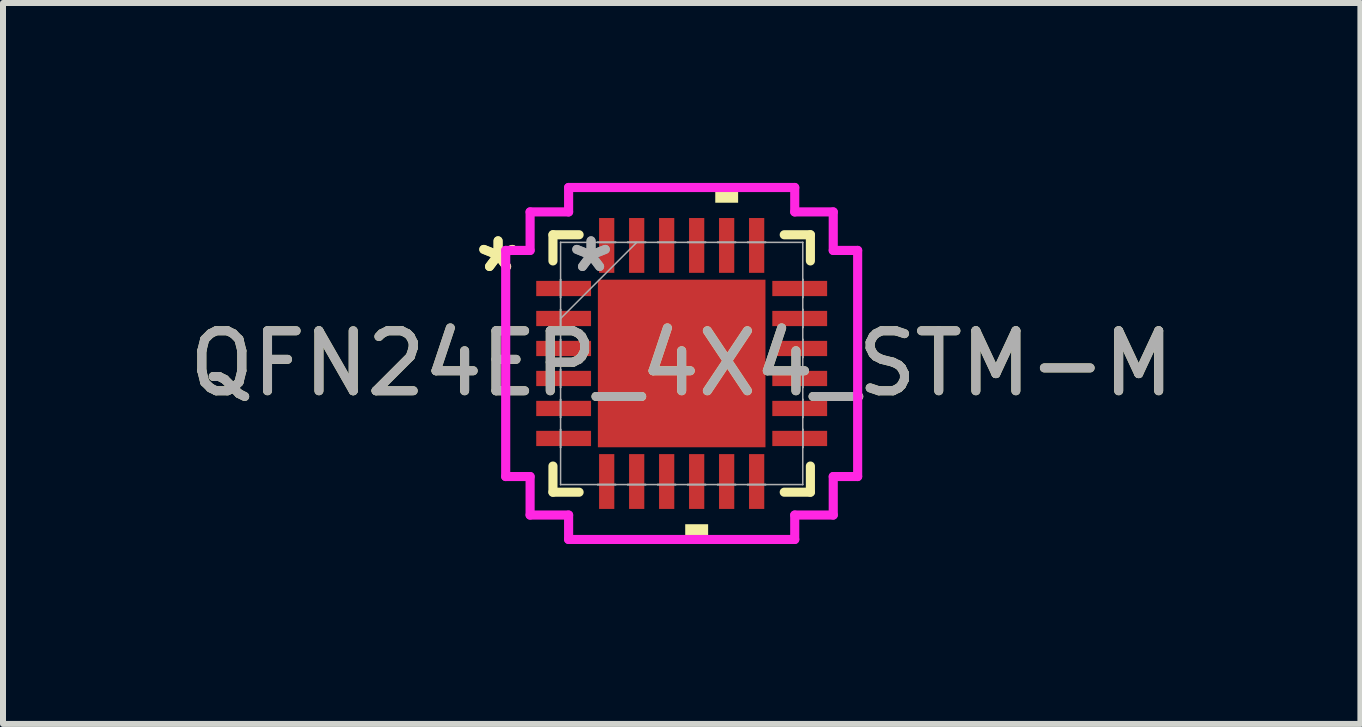
<source format=kicad_pcb>
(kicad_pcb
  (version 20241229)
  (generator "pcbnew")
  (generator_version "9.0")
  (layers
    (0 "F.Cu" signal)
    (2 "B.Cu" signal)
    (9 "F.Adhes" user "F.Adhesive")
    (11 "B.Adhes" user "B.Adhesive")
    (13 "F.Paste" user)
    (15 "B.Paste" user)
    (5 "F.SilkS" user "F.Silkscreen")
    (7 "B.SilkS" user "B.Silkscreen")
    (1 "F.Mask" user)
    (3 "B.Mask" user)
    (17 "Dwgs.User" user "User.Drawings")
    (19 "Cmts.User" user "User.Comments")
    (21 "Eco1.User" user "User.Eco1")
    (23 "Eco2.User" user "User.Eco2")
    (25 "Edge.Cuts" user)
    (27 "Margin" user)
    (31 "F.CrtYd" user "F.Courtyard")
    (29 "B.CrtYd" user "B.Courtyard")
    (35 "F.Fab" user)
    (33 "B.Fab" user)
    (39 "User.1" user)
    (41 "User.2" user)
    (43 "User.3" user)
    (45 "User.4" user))
  (footprint "QFN24EP_4X4_STM-M"
    (layer "F.Cu")
    (at 8.315 3.01)
    (property "Reference" "QFN24EP_4X4_STM-M" (at 0 0 0) (unlocked yes) (layer "F.SilkS") (effects (font (size 1 1) (thickness 0.15))))
    (attr smd)
    (fp_line (start -2.146 -2.146) (end -2.146 -1.71) (stroke (width 0.152) (type solid)) (layer "F.SilkS"))
    (fp_line (start -2.146 1.71) (end -2.146 2.146) (stroke (width 0.152) (type solid)) (layer "F.SilkS"))
    (fp_line (start -2.146 2.146) (end -1.71 2.146) (stroke (width 0.152) (type solid)) (layer "F.SilkS"))
    (fp_line (start -1.71 -2.146) (end -2.146 -2.146) (stroke (width 0.152) (type solid)) (layer "F.SilkS"))
    (fp_line (start 1.71 2.146) (end 2.146 2.146) (stroke (width 0.152) (type solid)) (layer "F.SilkS"))
    (fp_line (start 2.146 -2.146) (end 1.71 -2.146) (stroke (width 0.152) (type solid)) (layer "F.SilkS"))
    (fp_line (start 2.146 -1.71) (end 2.146 -2.146) (stroke (width 0.152) (type solid)) (layer "F.SilkS"))
    (fp_line (start 2.146 2.146) (end 2.146 1.71) (stroke (width 0.152) (type solid)) (layer "F.SilkS"))
    (fp_poly (pts (xy 0.059 2.68) (xy 0.059 2.934) (xy 0.441 2.934) (xy 0.441 2.68)) (stroke (width 0) (type solid)) (fill yes) (layer "F.SilkS"))
    (fp_poly (pts (xy 0.56 -2.68) (xy 0.56 -2.934) (xy 0.941 -2.934) (xy 0.941 -2.68)) (stroke (width 0) (type solid)) (fill yes) (layer "F.SilkS"))
    (fp_poly (pts (xy -1.297 -1.297) (xy -1.297 -0.1) (xy -0.1 -0.1) (xy -0.1 -1.297)) (stroke (width 0) (type solid)) (fill yes) (layer "F.Paste"))
    (fp_poly (pts (xy -1.297 0.1) (xy -1.297 1.297) (xy -0.1 1.297) (xy -0.1 0.1)) (stroke (width 0) (type solid)) (fill yes) (layer "F.Paste"))
    (fp_poly (pts (xy 0.1 -1.297) (xy 0.1 -0.1) (xy 1.297 -0.1) (xy 1.297 -1.297)) (stroke (width 0) (type solid)) (fill yes) (layer "F.Paste"))
    (fp_poly (pts (xy 0.1 0.1) (xy 0.1 1.297) (xy 1.297 1.297) (xy 1.297 0.1)) (stroke (width 0) (type solid)) (fill yes) (layer "F.Paste"))
    (fp_line (start -2.934 -1.885) (end -2.527 -1.885) (stroke (width 0.152) (type solid)) (layer "F.CrtYd"))
    (fp_line (start -2.934 1.885) (end -2.934 -1.885) (stroke (width 0.152) (type solid)) (layer "F.CrtYd"))
    (fp_line (start -2.527 -2.527) (end -1.885 -2.527) (stroke (width 0.152) (type solid)) (layer "F.CrtYd"))
    (fp_line (start -2.527 -1.885) (end -2.527 -2.527) (stroke (width 0.152) (type solid)) (layer "F.CrtYd"))
    (fp_line (start -2.527 1.885) (end -2.934 1.885) (stroke (width 0.152) (type solid)) (layer "F.CrtYd"))
    (fp_line (start -2.527 2.527) (end -2.527 1.885) (stroke (width 0.152) (type solid)) (layer "F.CrtYd"))
    (fp_line (start -1.885 -2.934) (end 1.885 -2.934) (stroke (width 0.152) (type solid)) (layer "F.CrtYd"))
    (fp_line (start -1.885 -2.527) (end -1.885 -2.934) (stroke (width 0.152) (type solid)) (layer "F.CrtYd"))
    (fp_line (start -1.885 2.527) (end -2.527 2.527) (stroke (width 0.152) (type solid)) (layer "F.CrtYd"))
    (fp_line (start -1.885 2.934) (end -1.885 2.527) (stroke (width 0.152) (type solid)) (layer "F.CrtYd"))
    (fp_line (start 1.885 -2.934) (end 1.885 -2.527) (stroke (width 0.152) (type solid)) (layer "F.CrtYd"))
    (fp_line (start 1.885 -2.527) (end 2.527 -2.527) (stroke (width 0.152) (type solid)) (layer "F.CrtYd"))
    (fp_line (start 1.885 2.527) (end 1.885 2.934) (stroke (width 0.152) (type solid)) (layer "F.CrtYd"))
    (fp_line (start 1.885 2.934) (end -1.885 2.934) (stroke (width 0.152) (type solid)) (layer "F.CrtYd"))
    (fp_line (start 2.527 -2.527) (end 2.527 -1.885) (stroke (width 0.152) (type solid)) (layer "F.CrtYd"))
    (fp_line (start 2.527 -1.885) (end 2.934 -1.885) (stroke (width 0.152) (type solid)) (layer "F.CrtYd"))
    (fp_line (start 2.527 1.885) (end 2.527 2.527) (stroke (width 0.152) (type solid)) (layer "F.CrtYd"))
    (fp_line (start 2.527 2.527) (end 1.885 2.527) (stroke (width 0.152) (type solid)) (layer "F.CrtYd"))
    (fp_line (start 2.934 -1.885) (end 2.934 1.885) (stroke (width 0.152) (type solid)) (layer "F.CrtYd"))
    (fp_line (start 2.934 1.885) (end 2.527 1.885) (stroke (width 0.152) (type solid)) (layer "F.CrtYd"))
    (fp_line (start -2.019 -2.019) (end -2.019 -2.019) (stroke (width 0.025) (type solid)) (layer "F.Fab"))
    (fp_line (start -2.019 -2.019) (end -2.019 2.019) (stroke (width 0.025) (type solid)) (layer "F.Fab"))
    (fp_line (start -2.019 -1.402) (end -2.019 -1.402) (stroke (width 0.025) (type solid)) (layer "F.Fab"))
    (fp_line (start -2.019 -1.402) (end -2.019 -1.098) (stroke (width 0.025) (type solid)) (layer "F.Fab"))
    (fp_line (start -2.019 -1.098) (end -2.019 -1.402) (stroke (width 0.025) (type solid)) (layer "F.Fab"))
    (fp_line (start -2.019 -1.098) (end -2.019 -1.098) (stroke (width 0.025) (type solid)) (layer "F.Fab"))
    (fp_line (start -2.019 -0.902) (end -2.019 -0.902) (stroke (width 0.025) (type solid)) (layer "F.Fab"))
    (fp_line (start -2.019 -0.902) (end -2.019 -0.598) (stroke (width 0.025) (type solid)) (layer "F.Fab"))
    (fp_line (start -2.019 -0.749) (end -0.749 -2.019) (stroke (width 0.025) (type solid)) (layer "F.Fab"))
    (fp_line (start -2.019 -0.598) (end -2.019 -0.902) (stroke (width 0.025) (type solid)) (layer "F.Fab"))
    (fp_line (start -2.019 -0.598) (end -2.019 -0.598) (stroke (width 0.025) (type solid)) (layer "F.Fab"))
    (fp_line (start -2.019 -0.402) (end -2.019 -0.402) (stroke (width 0.025) (type solid)) (layer "F.Fab"))
    (fp_line (start -2.019 -0.402) (end -2.019 -0.098) (stroke (width 0.025) (type solid)) (layer "F.Fab"))
    (fp_line (start -2.019 -0.098) (end -2.019 -0.402) (stroke (width 0.025) (type solid)) (layer "F.Fab"))
    (fp_line (start -2.019 -0.098) (end -2.019 -0.098) (stroke (width 0.025) (type solid)) (layer "F.Fab"))
    (fp_line (start -2.019 0.098) (end -2.019 0.098) (stroke (width 0.025) (type solid)) (layer "F.Fab"))
    (fp_line (start -2.019 0.098) (end -2.019 0.402) (stroke (width 0.025) (type solid)) (layer "F.Fab"))
    (fp_line (start -2.019 0.402) (end -2.019 0.098) (stroke (width 0.025) (type solid)) (layer "F.Fab"))
    (fp_line (start -2.019 0.402) (end -2.019 0.402) (stroke (width 0.025) (type solid)) (layer "F.Fab"))
    (fp_line (start -2.019 0.598) (end -2.019 0.598) (stroke (width 0.025) (type solid)) (layer "F.Fab"))
    (fp_line (start -2.019 0.598) (end -2.019 0.902) (stroke (width 0.025) (type solid)) (layer "F.Fab"))
    (fp_line (start -2.019 0.902) (end -2.019 0.598) (stroke (width 0.025) (type solid)) (layer "F.Fab"))
    (fp_line (start -2.019 0.902) (end -2.019 0.902) (stroke (width 0.025) (type solid)) (layer "F.Fab"))
    (fp_line (start -2.019 1.098) (end -2.019 1.098) (stroke (width 0.025) (type solid)) (layer "F.Fab"))
    (fp_line (start -2.019 1.098) (end -2.019 1.402) (stroke (width 0.025) (type solid)) (layer "F.Fab"))
    (fp_line (start -2.019 1.402) (end -2.019 1.098) (stroke (width 0.025) (type solid)) (layer "F.Fab"))
    (fp_line (start -2.019 1.402) (end -2.019 1.402) (stroke (width 0.025) (type solid)) (layer "F.Fab"))
    (fp_line (start -2.019 2.019) (end -2.019 2.019) (stroke (width 0.025) (type solid)) (layer "F.Fab"))
    (fp_line (start -2.019 2.019) (end 2.019 2.019) (stroke (width 0.025) (type solid)) (layer "F.Fab"))
    (fp_line (start -1.402 -2.019) (end -1.402 -2.019) (stroke (width 0.025) (type solid)) (layer "F.Fab"))
    (fp_line (start -1.402 -2.019) (end -1.098 -2.019) (stroke (width 0.025) (type solid)) (layer "F.Fab"))
    (fp_line (start -1.402 2.019) (end -1.402 2.019) (stroke (width 0.025) (type solid)) (layer "F.Fab"))
    (fp_line (start -1.402 2.019) (end -1.098 2.019) (stroke (width 0.025) (type solid)) (layer "F.Fab"))
    (fp_line (start -1.098 -2.019) (end -1.402 -2.019) (stroke (width 0.025) (type solid)) (layer "F.Fab"))
    (fp_line (start -1.098 -2.019) (end -1.098 -2.019) (stroke (width 0.025) (type solid)) (layer "F.Fab"))
    (fp_line (start -1.098 2.019) (end -1.402 2.019) (stroke (width 0.025) (type solid)) (layer "F.Fab"))
    (fp_line (start -1.098 2.019) (end -1.098 2.019) (stroke (width 0.025) (type solid)) (layer "F.Fab"))
    (fp_line (start -0.902 -2.019) (end -0.902 -2.019) (stroke (width 0.025) (type solid)) (layer "F.Fab"))
    (fp_line (start -0.902 -2.019) (end -0.598 -2.019) (stroke (width 0.025) (type solid)) (layer "F.Fab"))
    (fp_line (start -0.902 2.019) (end -0.902 2.019) (stroke (width 0.025) (type solid)) (layer "F.Fab"))
    (fp_line (start -0.902 2.019) (end -0.598 2.019) (stroke (width 0.025) (type solid)) (layer "F.Fab"))
    (fp_line (start -0.598 -2.019) (end -0.902 -2.019) (stroke (width 0.025) (type solid)) (layer "F.Fab"))
    (fp_line (start -0.598 -2.019) (end -0.598 -2.019) (stroke (width 0.025) (type solid)) (layer "F.Fab"))
    (fp_line (start -0.598 2.019) (end -0.902 2.019) (stroke (width 0.025) (type solid)) (layer "F.Fab"))
    (fp_line (start -0.598 2.019) (end -0.598 2.019) (stroke (width 0.025) (type solid)) (layer "F.Fab"))
    (fp_line (start -0.402 -2.019) (end -0.402 -2.019) (stroke (width 0.025) (type solid)) (layer "F.Fab"))
    (fp_line (start -0.402 -2.019) (end -0.098 -2.019) (stroke (width 0.025) (type solid)) (layer "F.Fab"))
    (fp_line (start -0.402 2.019) (end -0.402 2.019) (stroke (width 0.025) (type solid)) (layer "F.Fab"))
    (fp_line (start -0.402 2.019) (end -0.098 2.019) (stroke (width 0.025) (type solid)) (layer "F.Fab"))
    (fp_line (start -0.098 -2.019) (end -0.402 -2.019) (stroke (width 0.025) (type solid)) (layer "F.Fab"))
    (fp_line (start -0.098 -2.019) (end -0.098 -2.019) (stroke (width 0.025) (type solid)) (layer "F.Fab"))
    (fp_line (start -0.098 2.019) (end -0.402 2.019) (stroke (width 0.025) (type solid)) (layer "F.Fab"))
    (fp_line (start -0.098 2.019) (end -0.098 2.019) (stroke (width 0.025) (type solid)) (layer "F.Fab"))
    (fp_line (start 0.098 -2.019) (end 0.098 -2.019) (stroke (width 0.025) (type solid)) (layer "F.Fab"))
    (fp_line (start 0.098 -2.019) (end 0.402 -2.019) (stroke (width 0.025) (type solid)) (layer "F.Fab"))
    (fp_line (start 0.098 2.019) (end 0.098 2.019) (stroke (width 0.025) (type solid)) (layer "F.Fab"))
    (fp_line (start 0.098 2.019) (end 0.402 2.019) (stroke (width 0.025) (type solid)) (layer "F.Fab"))
    (fp_line (start 0.402 -2.019) (end 0.098 -2.019) (stroke (width 0.025) (type solid)) (layer "F.Fab"))
    (fp_line (start 0.402 -2.019) (end 0.402 -2.019) (stroke (width 0.025) (type solid)) (layer "F.Fab"))
    (fp_line (start 0.402 2.019) (end 0.098 2.019) (stroke (width 0.025) (type solid)) (layer "F.Fab"))
    (fp_line (start 0.402 2.019) (end 0.402 2.019) (stroke (width 0.025) (type solid)) (layer "F.Fab"))
    (fp_line (start 0.598 -2.019) (end 0.598 -2.019) (stroke (width 0.025) (type solid)) (layer "F.Fab"))
    (fp_line (start 0.598 -2.019) (end 0.902 -2.019) (stroke (width 0.025) (type solid)) (layer "F.Fab"))
    (fp_line (start 0.598 2.019) (end 0.598 2.019) (stroke (width 0.025) (type solid)) (layer "F.Fab"))
    (fp_line (start 0.598 2.019) (end 0.902 2.019) (stroke (width 0.025) (type solid)) (layer "F.Fab"))
    (fp_line (start 0.902 -2.019) (end 0.598 -2.019) (stroke (width 0.025) (type solid)) (layer "F.Fab"))
    (fp_line (start 0.902 -2.019) (end 0.902 -2.019) (stroke (width 0.025) (type solid)) (layer "F.Fab"))
    (fp_line (start 0.902 2.019) (end 0.598 2.019) (stroke (width 0.025) (type solid)) (layer "F.Fab"))
    (fp_line (start 0.902 2.019) (end 0.902 2.019) (stroke (width 0.025) (type solid)) (layer "F.Fab"))
    (fp_line (start 1.098 -2.019) (end 1.098 -2.019) (stroke (width 0.025) (type solid)) (layer "F.Fab"))
    (fp_line (start 1.098 -2.019) (end 1.402 -2.019) (stroke (width 0.025) (type solid)) (layer "F.Fab"))
    (fp_line (start 1.098 2.019) (end 1.098 2.019) (stroke (width 0.025) (type solid)) (layer "F.Fab"))
    (fp_line (start 1.098 2.019) (end 1.402 2.019) (stroke (width 0.025) (type solid)) (layer "F.Fab"))
    (fp_line (start 1.402 -2.019) (end 1.098 -2.019) (stroke (width 0.025) (type solid)) (layer "F.Fab"))
    (fp_line (start 1.402 -2.019) (end 1.402 -2.019) (stroke (width 0.025) (type solid)) (layer "F.Fab"))
    (fp_line (start 1.402 2.019) (end 1.098 2.019) (stroke (width 0.025) (type solid)) (layer "F.Fab"))
    (fp_line (start 1.402 2.019) (end 1.402 2.019) (stroke (width 0.025) (type solid)) (layer "F.Fab"))
    (fp_line (start 2.019 -2.019) (end -2.019 -2.019) (stroke (width 0.025) (type solid)) (layer "F.Fab"))
    (fp_line (start 2.019 -2.019) (end 2.019 -2.019) (stroke (width 0.025) (type solid)) (layer "F.Fab"))
    (fp_line (start 2.019 -1.402) (end 2.019 -1.402) (stroke (width 0.025) (type solid)) (layer "F.Fab"))
    (fp_line (start 2.019 -1.402) (end 2.019 -1.098) (stroke (width 0.025) (type solid)) (layer "F.Fab"))
    (fp_line (start 2.019 -1.098) (end 2.019 -1.402) (stroke (width 0.025) (type solid)) (layer "F.Fab"))
    (fp_line (start 2.019 -1.098) (end 2.019 -1.098) (stroke (width 0.025) (type solid)) (layer "F.Fab"))
    (fp_line (start 2.019 -0.902) (end 2.019 -0.902) (stroke (width 0.025) (type solid)) (layer "F.Fab"))
    (fp_line (start 2.019 -0.902) (end 2.019 -0.598) (stroke (width 0.025) (type solid)) (layer "F.Fab"))
    (fp_line (start 2.019 -0.598) (end 2.019 -0.902) (stroke (width 0.025) (type solid)) (layer "F.Fab"))
    (fp_line (start 2.019 -0.598) (end 2.019 -0.598) (stroke (width 0.025) (type solid)) (layer "F.Fab"))
    (fp_line (start 2.019 -0.402) (end 2.019 -0.402) (stroke (width 0.025) (type solid)) (layer "F.Fab"))
    (fp_line (start 2.019 -0.402) (end 2.019 -0.098) (stroke (width 0.025) (type solid)) (layer "F.Fab"))
    (fp_line (start 2.019 -0.098) (end 2.019 -0.402) (stroke (width 0.025) (type solid)) (layer "F.Fab"))
    (fp_line (start 2.019 -0.098) (end 2.019 -0.098) (stroke (width 0.025) (type solid)) (layer "F.Fab"))
    (fp_line (start 2.019 0.098) (end 2.019 0.098) (stroke (width 0.025) (type solid)) (layer "F.Fab"))
    (fp_line (start 2.019 0.098) (end 2.019 0.402) (stroke (width 0.025) (type solid)) (layer "F.Fab"))
    (fp_line (start 2.019 0.402) (end 2.019 0.098) (stroke (width 0.025) (type solid)) (layer "F.Fab"))
    (fp_line (start 2.019 0.402) (end 2.019 0.402) (stroke (width 0.025) (type solid)) (layer "F.Fab"))
    (fp_line (start 2.019 0.598) (end 2.019 0.598) (stroke (width 0.025) (type solid)) (layer "F.Fab"))
    (fp_line (start 2.019 0.598) (end 2.019 0.902) (stroke (width 0.025) (type solid)) (layer "F.Fab"))
    (fp_line (start 2.019 0.902) (end 2.019 0.598) (stroke (width 0.025) (type solid)) (layer "F.Fab"))
    (fp_line (start 2.019 0.902) (end 2.019 0.902) (stroke (width 0.025) (type solid)) (layer "F.Fab"))
    (fp_line (start 2.019 1.098) (end 2.019 1.098) (stroke (width 0.025) (type solid)) (layer "F.Fab"))
    (fp_line (start 2.019 1.098) (end 2.019 1.402) (stroke (width 0.025) (type solid)) (layer "F.Fab"))
    (fp_line (start 2.019 1.402) (end 2.019 1.098) (stroke (width 0.025) (type solid)) (layer "F.Fab"))
    (fp_line (start 2.019 1.402) (end 2.019 1.402) (stroke (width 0.025) (type solid)) (layer "F.Fab"))
    (fp_line (start 2.019 2.019) (end 2.019 -2.019) (stroke (width 0.025) (type solid)) (layer "F.Fab"))
    (fp_line (start 2.019 2.019) (end 2.019 2.019) (stroke (width 0.025) (type solid)) (layer "F.Fab"))
    (fp_text user "*" (at -3.061 -1.5 0) (unlocked yes) (layer "F.SilkS") (effects (font (size 1 1) (thickness 0.15))))
    (fp_text user "*" (at -3.061 -1.5 0) (layer "F.SilkS") (effects (font (size 1 1) (thickness 0.15))))
    (fp_text user "*" (at -1.511 -1.5 0) (layer "F.Fab") (effects (font (size 1 1) (thickness 0.15))))
    (fp_text user "${REFERENCE}" (at 0 0 0) (unlocked yes) (layer "F.Fab") (effects (font (size 1 1) (thickness 0.15))))
    (fp_text user "*" (at -1.511 -1.5 0) (unlocked yes) (layer "F.Fab") (effects (font (size 1 1) (thickness 0.15))))
    (pad "1" smd rect (at -1.968 -1.25 90) (size 0.254 0.914) (layers "F.Cu" "F.Mask" "F.Paste"))
    (pad "2" smd rect (at -1.968 -0.75 90) (size 0.254 0.914) (layers "F.Cu" "F.Mask" "F.Paste"))
    (pad "3" smd rect (at -1.968 -0.25 90) (size 0.254 0.914) (layers "F.Cu" "F.Mask" "F.Paste"))
    (pad "4" smd rect (at -1.968 0.25 90) (size 0.254 0.914) (layers "F.Cu" "F.Mask" "F.Paste"))
    (pad "5" smd rect (at -1.968 0.75 90) (size 0.254 0.914) (layers "F.Cu" "F.Mask" "F.Paste"))
    (pad "6" smd rect (at -1.968 1.25 90) (size 0.254 0.914) (layers "F.Cu" "F.Mask" "F.Paste"))
    (pad "7" smd rect (at -1.25 1.968) (size 0.254 0.914) (layers "F.Cu" "F.Mask" "F.Paste"))
    (pad "8" smd rect (at -0.75 1.968) (size 0.254 0.914) (layers "F.Cu" "F.Mask" "F.Paste"))
    (pad "9" smd rect (at -0.25 1.968) (size 0.254 0.914) (layers "F.Cu" "F.Mask" "F.Paste"))
    (pad "10" smd rect (at 0.25 1.968) (size 0.254 0.914) (layers "F.Cu" "F.Mask" "F.Paste"))
    (pad "11" smd rect (at 0.75 1.968) (size 0.254 0.914) (layers "F.Cu" "F.Mask" "F.Paste"))
    (pad "12" smd rect (at 1.25 1.968) (size 0.254 0.914) (layers "F.Cu" "F.Mask" "F.Paste"))
    (pad "13" smd rect (at 1.968 1.25 90) (size 0.254 0.914) (layers "F.Cu" "F.Mask" "F.Paste"))
    (pad "14" smd rect (at 1.968 0.75 90) (size 0.254 0.914) (layers "F.Cu" "F.Mask" "F.Paste"))
    (pad "15" smd rect (at 1.968 0.25 90) (size 0.254 0.914) (layers "F.Cu" "F.Mask" "F.Paste"))
    (pad "16" smd rect (at 1.968 -0.25 90) (size 0.254 0.914) (layers "F.Cu" "F.Mask" "F.Paste"))
    (pad "17" smd rect (at 1.968 -0.75 90) (size 0.254 0.914) (layers "F.Cu" "F.Mask" "F.Paste"))
    (pad "18" smd rect (at 1.968 -1.25 90) (size 0.254 0.914) (layers "F.Cu" "F.Mask" "F.Paste"))
    (pad "19" smd rect (at 1.25 -1.968) (size 0.254 0.914) (layers "F.Cu" "F.Mask" "F.Paste"))
    (pad "20" smd rect (at 0.75 -1.968) (size 0.254 0.914) (layers "F.Cu" "F.Mask" "F.Paste"))
    (pad "21" smd rect (at 0.25 -1.968) (size 0.254 0.914) (layers "F.Cu" "F.Mask" "F.Paste"))
    (pad "22" smd rect (at -0.25 -1.968) (size 0.254 0.914) (layers "F.Cu" "F.Mask" "F.Paste"))
    (pad "23" smd rect (at -0.75 -1.968) (size 0.254 0.914) (layers "F.Cu" "F.Mask" "F.Paste"))
    (pad "24" smd rect (at -1.25 -1.968) (size 0.254 0.914) (layers "F.Cu" "F.Mask" "F.Paste"))
    (pad "25" smd rect (at 0 0) (size 2.794 2.794) (layers "F.Cu" "F.Mask")))
  (gr_rect
    (start -3 -3)
    (end 19.631 9.02)
    (stroke (width 0.1) (type default))
    (fill no)
    (layer "Edge.Cuts")))
</source>
